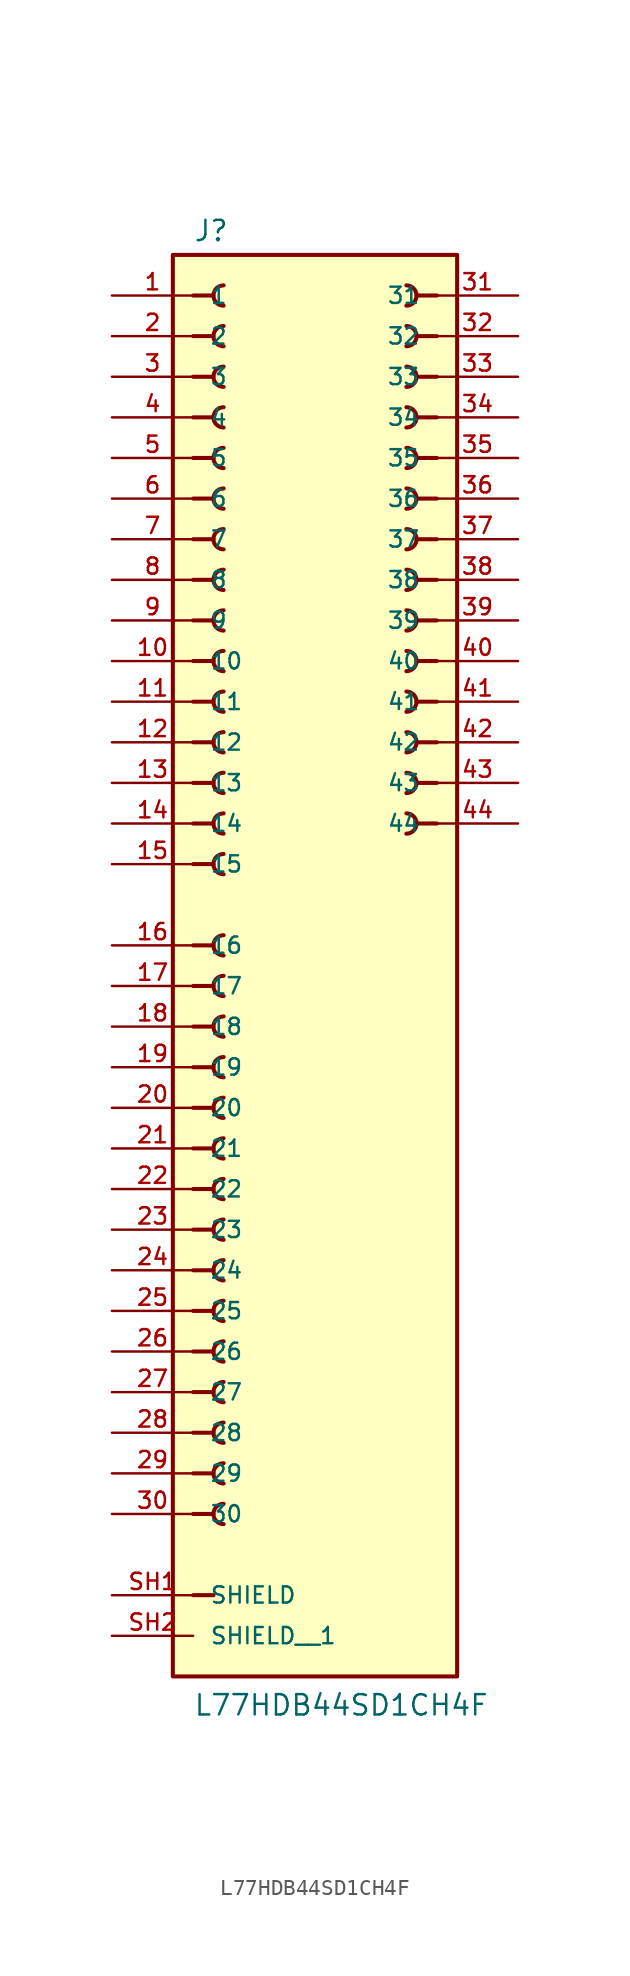
<source format=kicad_sym>
(kicad_symbol_lib
  (version 20211014)
  (generator kicad_symbol_editor)
  (symbol "L77HDB44SD1CH4F"
    (pin_names
      (offset 1.016))
    (property "Reference" "J"
      (at -7.62 43.942 0)
      (effects (font (size 1.27 1.27)) (justify bottom left)))
    (property "Value" "L77HDB44SD1CH4F"
      (at -7.62 -48.26 0)
      (effects (font (size 1.27 1.27)) (justify bottom left)))
    (symbol "L77HDB44SD1CH4F_0_0"
      (polyline (pts (xy -7.62 40.64) (xy -6.35 40.64)) (stroke (width 0.254)))
      (arc (start -5.715 40.005) (mid -6.35 40.64) (end -5.715 41.275) (stroke (width 0.254) (type default) (color 0 0 0 0)) (fill (type none)))
      (polyline (pts (xy -7.62 38.1) (xy -6.35 38.1)) (stroke (width 0.254)))
      (arc (start -5.715 37.465) (mid -6.35 38.1) (end -5.715 38.735) (stroke (width 0.254) (type default) (color 0 0 0 0)) (fill (type none)))
      (polyline (pts (xy -7.62 35.56) (xy -6.35 35.56)) (stroke (width 0.254)))
      (arc (start -5.715 34.925) (mid -6.35 35.56) (end -5.715 36.195) (stroke (width 0.254) (type default) (color 0 0 0 0)) (fill (type none)))
      (polyline (pts (xy -7.62 33.02) (xy -6.35 33.02)) (stroke (width 0.254)))
      (arc (start -5.715 32.385) (mid -6.35 33.02) (end -5.715 33.655) (stroke (width 0.254) (type default) (color 0 0 0 0)) (fill (type none)))
      (polyline (pts (xy -7.62 30.48) (xy -6.35 30.48)) (stroke (width 0.254)))
      (arc (start -5.715 29.845) (mid -6.35 30.48) (end -5.715 31.115) (stroke (width 0.254) (type default) (color 0 0 0 0)) (fill (type none)))
      (polyline (pts (xy -7.62 27.94) (xy -6.35 27.94)) (stroke (width 0.254)))
      (arc (start -5.715 27.305) (mid -6.35 27.94) (end -5.715 28.575) (stroke (width 0.254) (type default) (color 0 0 0 0)) (fill (type none)))
      (polyline (pts (xy -7.62 25.4) (xy -6.35 25.4)) (stroke (width 0.254)))
      (arc (start -5.715 24.765) (mid -6.35 25.4) (end -5.715 26.035) (stroke (width 0.254) (type default) (color 0 0 0 0)) (fill (type none)))
      (polyline (pts (xy -7.62 22.86) (xy -6.35 22.86)) (stroke (width 0.254)))
      (arc (start -5.715 22.225) (mid -6.35 22.86) (end -5.715 23.495) (stroke (width 0.254) (type default) (color 0 0 0 0)) (fill (type none)))
      (polyline (pts (xy -7.62 20.32) (xy -6.35 20.32)) (stroke (width 0.254)))
      (arc (start -5.715 19.685) (mid -6.35 20.32) (end -5.715 20.955) (stroke (width 0.254) (type default) (color 0 0 0 0)) (fill (type none)))
      (polyline (pts (xy -7.62 17.78) (xy -6.35 17.78)) (stroke (width 0.254)))
      (arc (start -5.715 17.145) (mid -6.35 17.78) (end -5.715 18.415) (stroke (width 0.254) (type default) (color 0 0 0 0)) (fill (type none)))
      (polyline (pts (xy -7.62 15.24) (xy -6.35 15.24)) (stroke (width 0.254)))
      (arc (start -5.715 14.605) (mid -6.35 15.24) (end -5.715 15.875) (stroke (width 0.254) (type default) (color 0 0 0 0)) (fill (type none)))
      (polyline (pts (xy -7.62 12.7) (xy -6.35 12.7)) (stroke (width 0.254)))
      (arc (start -5.715 12.065) (mid -6.35 12.7) (end -5.715 13.335) (stroke (width 0.254) (type default) (color 0 0 0 0)) (fill (type none)))
      (polyline (pts (xy -7.62 10.16) (xy -6.35 10.16)) (stroke (width 0.254)))
      (arc (start -5.715 9.525) (mid -6.35 10.16) (end -5.715 10.795) (stroke (width 0.254) (type default) (color 0 0 0 0)) (fill (type none)))
      (polyline (pts (xy -7.62 7.62) (xy -6.35 7.62)) (stroke (width 0.254)))
      (arc (start -5.715 6.985) (mid -6.35 7.62) (end -5.715 8.255) (stroke (width 0.254) (type default) (color 0 0 0 0)) (fill (type none)))
      (polyline (pts (xy -7.62 5.08) (xy -6.35 5.08)) (stroke (width 0.254)))
      (arc (start -5.715 4.445) (mid -6.35 5.08) (end -5.715 5.715) (stroke (width 0.254) (type default) (color 0 0 0 0)) (fill (type none)))
      (polyline (pts (xy -7.62 0.0) (xy -6.35 0.0)) (stroke (width 0.254)))
      (arc (start -5.715 -0.635) (mid -6.35 0.0) (end -5.715 0.635) (stroke (width 0.254) (type default) (color 0 0 0 0)) (fill (type none)))
      (polyline (pts (xy -7.62 -2.54) (xy -6.35 -2.54)) (stroke (width 0.254)))
      (arc (start -5.715 -3.175) (mid -6.35 -2.54) (end -5.715 -1.905) (stroke (width 0.254) (type default) (color 0 0 0 0)) (fill (type none)))
      (polyline (pts (xy -7.62 -5.08) (xy -6.35 -5.08)) (stroke (width 0.254)))
      (arc (start -5.715 -5.715) (mid -6.35 -5.08) (end -5.715 -4.445) (stroke (width 0.254) (type default) (color 0 0 0 0)) (fill (type none)))
      (polyline (pts (xy 7.62 40.64) (xy 6.35 40.64)) (stroke (width 0.254)))
      (arc (start 5.715 40.005) (mid 6.35 40.64) (end 5.715 41.275) (stroke (width 0.254) (type default) (color 0 0 0 0)) (fill (type none)))
      (polyline (pts (xy 7.62 38.1) (xy 6.35 38.1)) (stroke (width 0.254)))
      (arc (start 5.715 37.465) (mid 6.35 38.1) (end 5.715 38.735) (stroke (width 0.254) (type default) (color 0 0 0 0)) (fill (type none)))
      (polyline (pts (xy 7.62 35.56) (xy 6.35 35.56)) (stroke (width 0.254)))
      (arc (start 5.715 34.925) (mid 6.35 35.56) (end 5.715 36.195) (stroke (width 0.254) (type default) (color 0 0 0 0)) (fill (type none)))
      (polyline (pts (xy 7.62 33.02) (xy 6.35 33.02)) (stroke (width 0.254)))
      (arc (start 5.715 32.385) (mid 6.35 33.02) (end 5.715 33.655) (stroke (width 0.254) (type default) (color 0 0 0 0)) (fill (type none)))
      (polyline (pts (xy 7.62 30.48) (xy 6.35 30.48)) (stroke (width 0.254)))
      (arc (start 5.715 29.845) (mid 6.35 30.48) (end 5.715 31.115) (stroke (width 0.254) (type default) (color 0 0 0 0)) (fill (type none)))
      (polyline (pts (xy 7.62 27.94) (xy 6.35 27.94)) (stroke (width 0.254)))
      (arc (start 5.715 27.305) (mid 6.35 27.94) (end 5.715 28.575) (stroke (width 0.254) (type default) (color 0 0 0 0)) (fill (type none)))
      (polyline (pts (xy 7.62 25.4) (xy 6.35 25.4)) (stroke (width 0.254)))
      (arc (start 5.715 24.765) (mid 6.35 25.4) (end 5.715 26.035) (stroke (width 0.254) (type default) (color 0 0 0 0)) (fill (type none)))
      (polyline (pts (xy 7.62 22.86) (xy 6.35 22.86)) (stroke (width 0.254)))
      (arc (start 5.715 22.225) (mid 6.35 22.86) (end 5.715 23.495) (stroke (width 0.254) (type default) (color 0 0 0 0)) (fill (type none)))
      (polyline (pts (xy -7.62 -7.62) (xy -6.35 -7.62)) (stroke (width 0.254)))
      (arc (start -5.715 -8.255) (mid -6.35 -7.62) (end -5.715 -6.985) (stroke (width 0.254) (type default) (color 0 0 0 0)) (fill (type none)))
      (polyline (pts (xy -7.62 -10.16) (xy -6.35 -10.16)) (stroke (width 0.254)))
      (arc (start -5.715 -10.795) (mid -6.35 -10.16) (end -5.715 -9.525) (stroke (width 0.254) (type default) (color 0 0 0 0)) (fill (type none)))
      (polyline (pts (xy -7.62 -12.7) (xy -6.35 -12.7)) (stroke (width 0.254)))
      (arc (start -5.715 -13.335) (mid -6.35 -12.7) (end -5.715 -12.065) (stroke (width 0.254) (type default) (color 0 0 0 0)) (fill (type none)))
      (polyline (pts (xy -7.62 -15.24) (xy -6.35 -15.24)) (stroke (width 0.254)))
      (arc (start -5.715 -15.875) (mid -6.35 -15.24) (end -5.715 -14.605) (stroke (width 0.254) (type default) (color 0 0 0 0)) (fill (type none)))
      (polyline (pts (xy -7.62 -17.78) (xy -6.35 -17.78)) (stroke (width 0.254)))
      (arc (start -5.715 -18.415) (mid -6.35 -17.78) (end -5.715 -17.145) (stroke (width 0.254) (type default) (color 0 0 0 0)) (fill (type none)))
      (polyline (pts (xy -7.62 -20.32) (xy -6.35 -20.32)) (stroke (width 0.254)))
      (arc (start -5.715 -20.955) (mid -6.35 -20.32) (end -5.715 -19.685) (stroke (width 0.254) (type default) (color 0 0 0 0)) (fill (type none)))
      (polyline (pts (xy -7.62 -22.86) (xy -6.35 -22.86)) (stroke (width 0.254)))
      (arc (start -5.715 -23.495) (mid -6.35 -22.86) (end -5.715 -22.225) (stroke (width 0.254) (type default) (color 0 0 0 0)) (fill (type none)))
      (polyline (pts (xy -7.62 -25.4) (xy -6.35 -25.4)) (stroke (width 0.254)))
      (arc (start -5.715 -26.035) (mid -6.35 -25.4) (end -5.715 -24.765) (stroke (width 0.254) (type default) (color 0 0 0 0)) (fill (type none)))
      (polyline (pts (xy -7.62 -27.94) (xy -6.35 -27.94)) (stroke (width 0.254)))
      (arc (start -5.715 -28.575) (mid -6.35 -27.94) (end -5.715 -27.305) (stroke (width 0.254) (type default) (color 0 0 0 0)) (fill (type none)))
      (polyline (pts (xy -7.62 -30.48) (xy -6.35 -30.48)) (stroke (width 0.254)))
      (arc (start -5.715 -31.115) (mid -6.35 -30.48) (end -5.715 -29.845) (stroke (width 0.254) (type default) (color 0 0 0 0)) (fill (type none)))
      (polyline (pts (xy -7.62 -33.02) (xy -6.35 -33.02)) (stroke (width 0.254)))
      (arc (start -5.715 -33.655) (mid -6.35 -33.02) (end -5.715 -32.385) (stroke (width 0.254) (type default) (color 0 0 0 0)) (fill (type none)))
      (polyline (pts (xy -7.62 -35.56) (xy -6.35 -35.56)) (stroke (width 0.254)))
      (arc (start -5.715 -36.195) (mid -6.35 -35.56) (end -5.715 -34.925) (stroke (width 0.254) (type default) (color 0 0 0 0)) (fill (type none)))
      (polyline (pts (xy 7.62 20.32) (xy 6.35 20.32)) (stroke (width 0.254)))
      (arc (start 5.715 19.685) (mid 6.35 20.32) (end 5.715 20.955) (stroke (width 0.254) (type default) (color 0 0 0 0)) (fill (type none)))
      (polyline (pts (xy 7.62 17.78) (xy 6.35 17.78)) (stroke (width 0.254)))
      (arc (start 5.715 17.145) (mid 6.35 17.78) (end 5.715 18.415) (stroke (width 0.254) (type default) (color 0 0 0 0)) (fill (type none)))
      (polyline (pts (xy 7.62 15.24) (xy 6.35 15.24)) (stroke (width 0.254)))
      (arc (start 5.715 14.605) (mid 6.35 15.24) (end 5.715 15.875) (stroke (width 0.254) (type default) (color 0 0 0 0)) (fill (type none)))
      (polyline (pts (xy 7.62 12.7) (xy 6.35 12.7)) (stroke (width 0.254)))
      (arc (start 5.715 12.065) (mid 6.35 12.7) (end 5.715 13.335) (stroke (width 0.254) (type default) (color 0 0 0 0)) (fill (type none)))
      (polyline (pts (xy -7.62 -40.64) (xy -6.35 -40.64)) (stroke (width 0.254)))
      (polyline (pts (xy 7.62 10.16) (xy 6.35 10.16)) (stroke (width 0.254)))
      (polyline (pts (xy 7.62 7.62) (xy 6.35 7.62)) (stroke (width 0.254)))
      (arc (start 5.715 9.525) (mid 6.35 10.16) (end 5.715 10.795) (stroke (width 0.254) (type default) (color 0 0 0 0)) (fill (type none)))
      (arc (start 5.715 6.985) (mid 6.35 7.62) (end 5.715 8.255) (stroke (width 0.254) (type default) (color 0 0 0 0)) (fill (type none)))
      (rectangle (start -8.89 -45.72) (end 8.89 43.18) (stroke (width 0.254)) (fill (type background)))
      (pin passive line (at -12.7 40.64 0) (length 5.08) (name "1" (effects (font (size 1.016 1.016)))) (number "1" (effects (font (size 1.016 1.016)))))
      (pin passive line (at -12.7 38.1 0) (length 5.08) (name "2" (effects (font (size 1.016 1.016)))) (number "2" (effects (font (size 1.016 1.016)))))
      (pin passive line (at -12.7 35.56 0) (length 5.08) (name "3" (effects (font (size 1.016 1.016)))) (number "3" (effects (font (size 1.016 1.016)))))
      (pin passive line (at -12.7 33.02 0) (length 5.08) (name "4" (effects (font (size 1.016 1.016)))) (number "4" (effects (font (size 1.016 1.016)))))
      (pin passive line (at -12.7 30.48 0) (length 5.08) (name "5" (effects (font (size 1.016 1.016)))) (number "5" (effects (font (size 1.016 1.016)))))
      (pin passive line (at -12.7 27.94 0) (length 5.08) (name "6" (effects (font (size 1.016 1.016)))) (number "6" (effects (font (size 1.016 1.016)))))
      (pin passive line (at -12.7 25.4 0) (length 5.08) (name "7" (effects (font (size 1.016 1.016)))) (number "7" (effects (font (size 1.016 1.016)))))
      (pin passive line (at -12.7 22.86 0) (length 5.08) (name "8" (effects (font (size 1.016 1.016)))) (number "8" (effects (font (size 1.016 1.016)))))
      (pin passive line (at -12.7 20.32 0) (length 5.08) (name "9" (effects (font (size 1.016 1.016)))) (number "9" (effects (font (size 1.016 1.016)))))
      (pin passive line (at -12.7 17.78 0) (length 5.08) (name "10" (effects (font (size 1.016 1.016)))) (number "10" (effects (font (size 1.016 1.016)))))
      (pin passive line (at -12.7 15.24 0) (length 5.08) (name "11" (effects (font (size 1.016 1.016)))) (number "11" (effects (font (size 1.016 1.016)))))
      (pin passive line (at -12.7 12.7 0) (length 5.08) (name "12" (effects (font (size 1.016 1.016)))) (number "12" (effects (font (size 1.016 1.016)))))
      (pin passive line (at -12.7 10.16 0) (length 5.08) (name "13" (effects (font (size 1.016 1.016)))) (number "13" (effects (font (size 1.016 1.016)))))
      (pin passive line (at -12.7 7.62 0) (length 5.08) (name "14" (effects (font (size 1.016 1.016)))) (number "14" (effects (font (size 1.016 1.016)))))
      (pin passive line (at -12.7 5.08 0) (length 5.08) (name "15" (effects (font (size 1.016 1.016)))) (number "15" (effects (font (size 1.016 1.016)))))
      (pin passive line (at -12.7 -40.64 0) (length 5.08) (name "SHIELD" (effects (font (size 1.016 1.016)))) (number "SH1" (effects (font (size 1.016 1.016)))))
      (pin passive line (at -12.7 0.0 0) (length 5.08) (name "16" (effects (font (size 1.016 1.016)))) (number "16" (effects (font (size 1.016 1.016)))))
      (pin passive line (at -12.7 -2.54 0) (length 5.08) (name "17" (effects (font (size 1.016 1.016)))) (number "17" (effects (font (size 1.016 1.016)))))
      (pin passive line (at -12.7 -5.08 0) (length 5.08) (name "18" (effects (font (size 1.016 1.016)))) (number "18" (effects (font (size 1.016 1.016)))))
      (pin passive line (at -12.7 -7.62 0) (length 5.08) (name "19" (effects (font (size 1.016 1.016)))) (number "19" (effects (font (size 1.016 1.016)))))
      (pin passive line (at -12.7 -10.16 0) (length 5.08) (name "20" (effects (font (size 1.016 1.016)))) (number "20" (effects (font (size 1.016 1.016)))))
      (pin passive line (at -12.7 -12.7 0) (length 5.08) (name "21" (effects (font (size 1.016 1.016)))) (number "21" (effects (font (size 1.016 1.016)))))
      (pin passive line (at -12.7 -15.24 0) (length 5.08) (name "22" (effects (font (size 1.016 1.016)))) (number "22" (effects (font (size 1.016 1.016)))))
      (pin passive line (at -12.7 -17.78 0) (length 5.08) (name "23" (effects (font (size 1.016 1.016)))) (number "23" (effects (font (size 1.016 1.016)))))
      (pin passive line (at -12.7 -20.32 0) (length 5.08) (name "24" (effects (font (size 1.016 1.016)))) (number "24" (effects (font (size 1.016 1.016)))))
      (pin passive line (at -12.7 -22.86 0) (length 5.08) (name "25" (effects (font (size 1.016 1.016)))) (number "25" (effects (font (size 1.016 1.016)))))
      (pin passive line (at -12.7 -25.4 0) (length 5.08) (name "26" (effects (font (size 1.016 1.016)))) (number "26" (effects (font (size 1.016 1.016)))))
      (pin passive line (at -12.7 -27.94 0) (length 5.08) (name "27" (effects (font (size 1.016 1.016)))) (number "27" (effects (font (size 1.016 1.016)))))
      (pin passive line (at -12.7 -30.48 0) (length 5.08) (name "28" (effects (font (size 1.016 1.016)))) (number "28" (effects (font (size 1.016 1.016)))))
      (pin passive line (at -12.7 -33.02 0) (length 5.08) (name "29" (effects (font (size 1.016 1.016)))) (number "29" (effects (font (size 1.016 1.016)))))
      (pin passive line (at -12.7 -35.56 0) (length 5.08) (name "30" (effects (font (size 1.016 1.016)))) (number "30" (effects (font (size 1.016 1.016)))))
      (pin passive line (at 12.7 40.64 180.0) (length 5.08) (name "31" (effects (font (size 1.016 1.016)))) (number "31" (effects (font (size 1.016 1.016)))))
      (pin passive line (at 12.7 38.1 180.0) (length 5.08) (name "32" (effects (font (size 1.016 1.016)))) (number "32" (effects (font (size 1.016 1.016)))))
      (pin passive line (at 12.7 35.56 180.0) (length 5.08) (name "33" (effects (font (size 1.016 1.016)))) (number "33" (effects (font (size 1.016 1.016)))))
      (pin passive line (at 12.7 33.02 180.0) (length 5.08) (name "34" (effects (font (size 1.016 1.016)))) (number "34" (effects (font (size 1.016 1.016)))))
      (pin passive line (at 12.7 30.48 180.0) (length 5.08) (name "35" (effects (font (size 1.016 1.016)))) (number "35" (effects (font (size 1.016 1.016)))))
      (pin passive line (at 12.7 27.94 180.0) (length 5.08) (name "36" (effects (font (size 1.016 1.016)))) (number "36" (effects (font (size 1.016 1.016)))))
      (pin passive line (at 12.7 25.4 180.0) (length 5.08) (name "37" (effects (font (size 1.016 1.016)))) (number "37" (effects (font (size 1.016 1.016)))))
      (pin passive line (at 12.7 22.86 180.0) (length 5.08) (name "38" (effects (font (size 1.016 1.016)))) (number "38" (effects (font (size 1.016 1.016)))))
      (pin passive line (at 12.7 20.32 180.0) (length 5.08) (name "39" (effects (font (size 1.016 1.016)))) (number "39" (effects (font (size 1.016 1.016)))))
      (pin passive line (at 12.7 17.78 180.0) (length 5.08) (name "40" (effects (font (size 1.016 1.016)))) (number "40" (effects (font (size 1.016 1.016)))))
      (pin passive line (at 12.7 15.24 180.0) (length 5.08) (name "41" (effects (font (size 1.016 1.016)))) (number "41" (effects (font (size 1.016 1.016)))))
      (pin passive line (at 12.7 12.7 180.0) (length 5.08) (name "42" (effects (font (size 1.016 1.016)))) (number "42" (effects (font (size 1.016 1.016)))))
      (pin passive line (at 12.7 10.16 180.0) (length 5.08) (name "43" (effects (font (size 1.016 1.016)))) (number "43" (effects (font (size 1.016 1.016)))))
      (pin passive line (at 12.7 7.62 180.0) (length 5.08) (name "44" (effects (font (size 1.016 1.016)))) (number "44" (effects (font (size 1.016 1.016)))))
      (pin passive line (at -12.7 -43.18 0) (length 5.08) (name "SHIELD__1" (effects (font (size 1.016 1.016)))) (number "SH2" (effects (font (size 1.016 1.016))))))))
</source>
